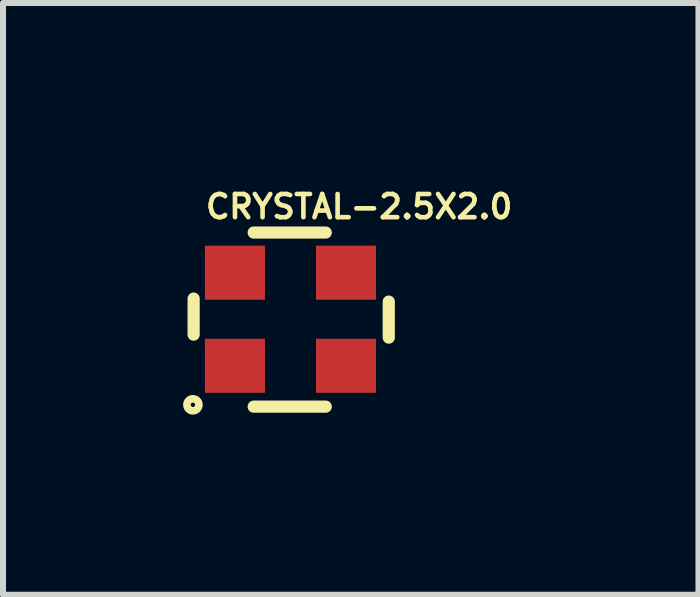
<source format=kicad_pcb>
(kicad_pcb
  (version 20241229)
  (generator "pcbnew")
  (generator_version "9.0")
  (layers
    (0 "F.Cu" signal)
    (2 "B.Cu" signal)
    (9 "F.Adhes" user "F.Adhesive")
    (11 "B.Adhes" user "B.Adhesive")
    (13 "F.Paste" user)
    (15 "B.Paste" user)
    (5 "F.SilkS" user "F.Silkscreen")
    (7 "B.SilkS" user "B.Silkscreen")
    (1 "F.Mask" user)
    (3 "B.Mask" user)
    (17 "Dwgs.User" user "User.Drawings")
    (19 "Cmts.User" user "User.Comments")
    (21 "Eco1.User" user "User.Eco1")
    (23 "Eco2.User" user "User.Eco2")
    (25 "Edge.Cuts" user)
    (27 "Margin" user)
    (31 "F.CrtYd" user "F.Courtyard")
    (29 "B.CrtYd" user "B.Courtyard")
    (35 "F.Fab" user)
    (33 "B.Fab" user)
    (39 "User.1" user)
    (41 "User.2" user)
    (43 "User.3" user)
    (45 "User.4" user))
  (footprint "CRYSTAL-2.5X2.0"
    (layer "F.Cu")
    (at 1.813 2.242)
    (property "Reference" "CRYSTAL-2.5X2.0" (at -1.478 -1.624 180) (layer "F.SilkS") (effects (font (size 0.386 0.386) (thickness 0.077)) (justify left bottom)))
    (attr through_hole)
    (fp_line (start -1.638 -0.319) (end -1.638 0.281) (stroke (width 0.203) (type solid)) (layer "F.SilkS"))
    (fp_line (start -0.638 -1.419) (end 0.562 -1.419) (stroke (width 0.203) (type solid)) (layer "F.SilkS"))
    (fp_line (start 0.562 1.481) (end -0.638 1.481) (stroke (width 0.203) (type solid)) (layer "F.SilkS"))
    (fp_line (start 1.612 -0.269) (end 1.612 0.331) (stroke (width 0.203) (type solid)) (layer "F.SilkS"))
    (fp_circle (center -1.65 1.45) (end -1.55 1.45) (stroke (width 0.127) (type solid)) (fill no) (layer "F.SilkS"))
    (pad "1" smd rect (at -0.95 0.8) (size 1 0.9) (layers "F.Cu" "F.Mask" "F.Paste"))
    (pad "2" smd rect (at 0.9 0.8) (size 1 0.9) (layers "F.Cu" "F.Mask" "F.Paste"))
    (pad "3" smd rect (at 0.9 -0.75) (size 1 0.9) (layers "F.Cu" "F.Mask" "F.Paste"))
    (pad "4" smd rect (at -0.95 -0.75) (size 1 0.9) (layers "F.Cu" "F.Mask" "F.Paste")))
  (gr_rect
    (start -3 -3)
    (end 8.583 6.855)
    (stroke (width 0.1) (type default))
    (fill no)
    (layer "Edge.Cuts")))
</source>
